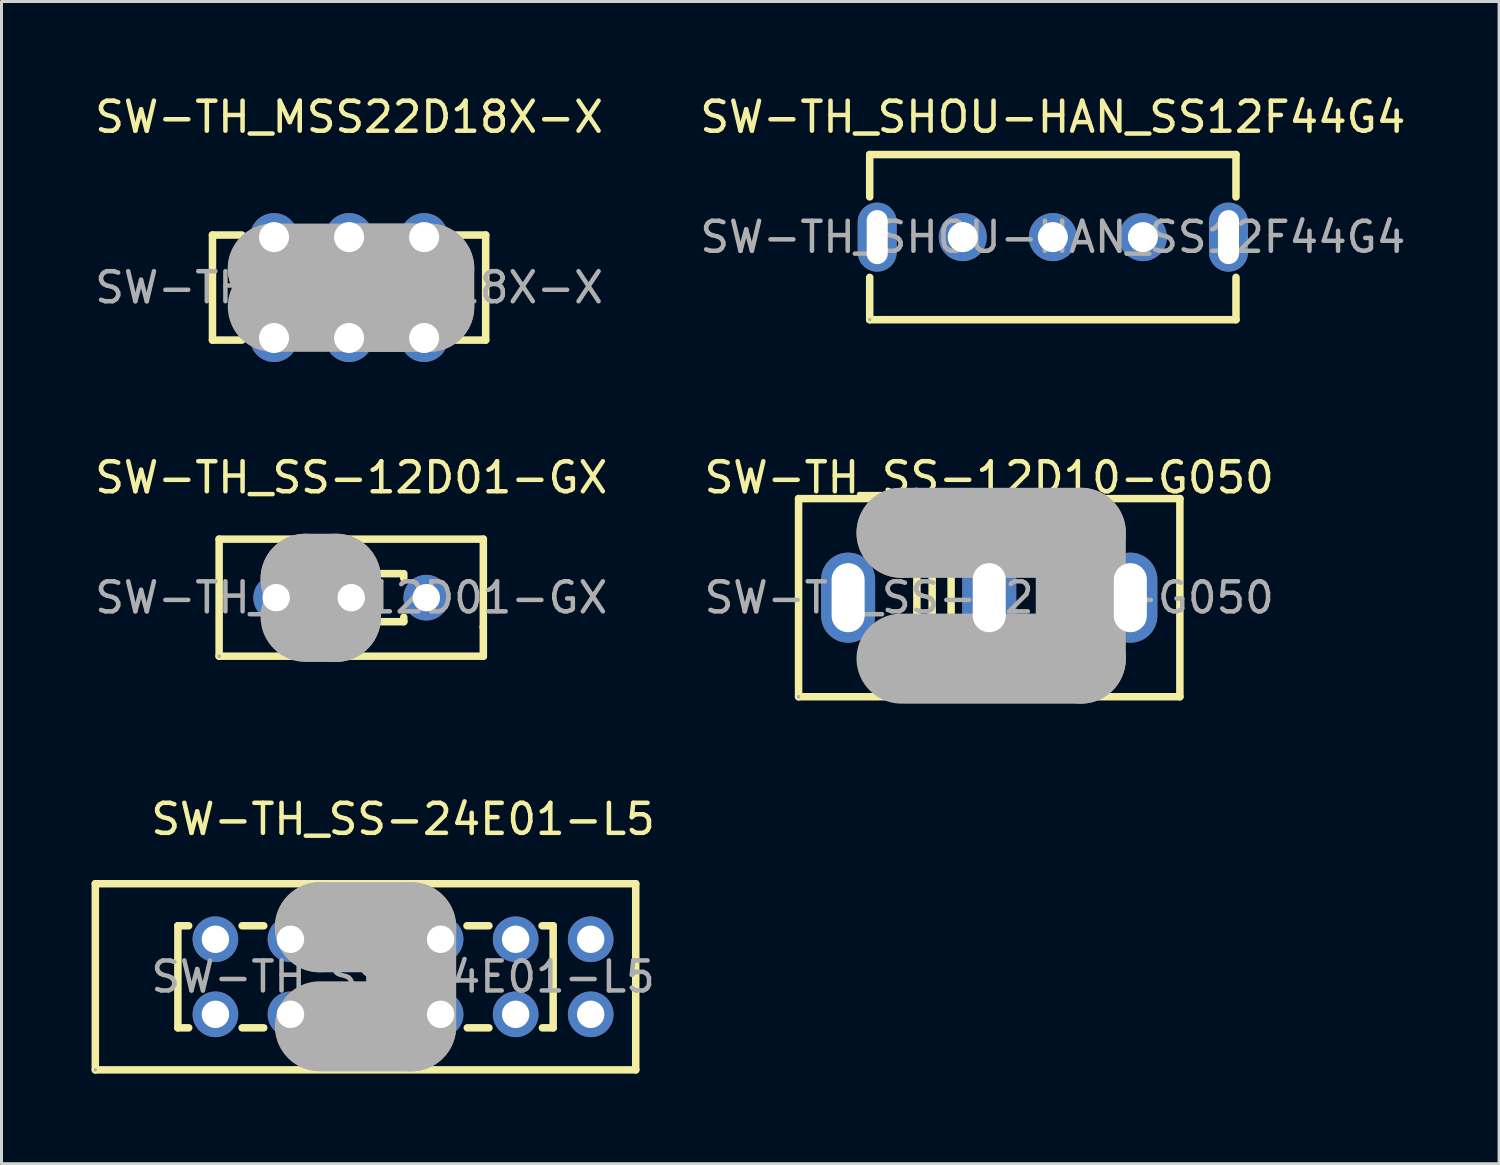
<source format=kicad_pcb>
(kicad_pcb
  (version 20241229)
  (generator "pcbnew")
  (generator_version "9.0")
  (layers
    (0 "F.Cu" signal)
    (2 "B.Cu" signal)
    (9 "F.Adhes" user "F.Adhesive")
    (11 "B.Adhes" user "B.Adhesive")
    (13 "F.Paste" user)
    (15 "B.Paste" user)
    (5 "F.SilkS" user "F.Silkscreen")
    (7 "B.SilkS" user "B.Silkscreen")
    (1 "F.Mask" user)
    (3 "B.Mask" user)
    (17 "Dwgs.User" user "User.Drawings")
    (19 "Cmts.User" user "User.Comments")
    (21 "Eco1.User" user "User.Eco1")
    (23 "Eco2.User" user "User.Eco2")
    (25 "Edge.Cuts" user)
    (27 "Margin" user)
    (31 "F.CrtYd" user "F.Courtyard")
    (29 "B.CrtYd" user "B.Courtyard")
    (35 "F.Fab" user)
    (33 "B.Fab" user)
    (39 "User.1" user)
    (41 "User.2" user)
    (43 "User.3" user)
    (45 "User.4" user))
  (footprint "SW-TH_SS-24E01-L5"
    (layer "F.Cu")
    (at 10.375 29.485)
    (property "Reference" "SW-TH_SS-24E01-L5" (at 0 -5.25 0) (layer "F.SilkS") (effects (font (size 1 1) (thickness 0.15))))
    (attr through_hole)
    (fp_line (start -10.25 -3.1) (end -10.25 3.1) (stroke (width 0.25) (type solid)) (layer "F.SilkS"))
    (fp_line (start -10.25 -3.1) (end 7.75 -3.1) (stroke (width 0.25) (type solid)) (layer "F.SilkS"))
    (fp_line (start -10.25 3.1) (end 7.75 3.1) (stroke (width 0.25) (type solid)) (layer "F.SilkS"))
    (fp_line (start -7.5 -1.7) (end -7.5 1.7) (stroke (width 0.25) (type solid)) (layer "F.SilkS"))
    (fp_line (start -7.5 -1.7) (end -7.14 -1.7) (stroke (width 0.25) (type solid)) (layer "F.SilkS"))
    (fp_line (start -7.5 1.7) (end -7.14 1.7) (stroke (width 0.25) (type solid)) (layer "F.SilkS"))
    (fp_line (start -5.36 -1.7) (end -4.64 -1.7) (stroke (width 0.25) (type solid)) (layer "F.SilkS"))
    (fp_line (start -5.36 1.7) (end -4.64 1.7) (stroke (width 0.25) (type solid)) (layer "F.SilkS"))
    (fp_line (start -2.86 -1.7) (end 0.36 -1.7) (stroke (width 0.25) (type solid)) (layer "F.SilkS"))
    (fp_line (start -2.86 1.7) (end 0.36 1.7) (stroke (width 0.25) (type solid)) (layer "F.SilkS"))
    (fp_line (start 2.13 -1.7) (end 2.86 -1.7) (stroke (width 0.25) (type solid)) (layer "F.SilkS"))
    (fp_line (start 2.14 1.7) (end 2.86 1.7) (stroke (width 0.25) (type solid)) (layer "F.SilkS"))
    (fp_line (start 4.63 -1.7) (end 5 -1.7) (stroke (width 0.25) (type solid)) (layer "F.SilkS"))
    (fp_line (start 4.64 1.7) (end 5 1.7) (stroke (width 0.25) (type solid)) (layer "F.SilkS"))
    (fp_line (start 5 -1.7) (end 5 1.7) (stroke (width 0.25) (type solid)) (layer "F.SilkS"))
    (fp_line (start 7.75 -3.1) (end 7.75 3.1) (stroke (width 0.25) (type solid)) (layer "F.SilkS"))
    (fp_line (start -2.77 -1.65) (end -2.77 -1.65) (stroke (width 3) (type solid)) (layer "F.Fab"))
    (fp_line (start -2.77 -1.65) (end 0.27 -1.65) (stroke (width 3) (type solid)) (layer "F.Fab"))
    (fp_line (start 0.27 -1.65) (end 0.27 1.65) (stroke (width 3) (type solid)) (layer "F.Fab"))
    (fp_line (start 0.27 1.65) (end -2.77 1.65) (stroke (width 3) (type solid)) (layer "F.Fab"))
    (fp_circle (center -10.25 3.1) (end -10.22 3.1) (stroke (width 0.06) (type solid)) (fill no) (layer "F.Fab"))
    (fp_text user "${REFERENCE}" (at 0 0 0) (layer "F.Fab") (effects (font (size 1 1) (thickness 0.15))))
    (pad "1" thru_hole circle (at -6.25 1.25) (size 1.52 1.52) (drill 0.914) (layers "*.Cu" "*.Mask"))
    (pad "2" thru_hole circle (at -3.75 1.25) (size 1.52 1.52) (drill 0.914) (layers "*.Cu" "*.Mask"))
    (pad "3" thru_hole circle (at 1.25 1.25) (size 1.52 1.52) (drill 0.914) (layers "*.Cu" "*.Mask"))
    (pad "4" thru_hole circle (at 3.75 1.25) (size 1.52 1.52) (drill 0.914) (layers "*.Cu" "*.Mask"))
    (pad "5" thru_hole circle (at 6.25 1.25) (size 1.52 1.52) (drill 0.914) (layers "*.Cu" "*.Mask"))
    (pad "6" thru_hole circle (at 6.25 -1.25) (size 1.52 1.52) (drill 0.914) (layers "*.Cu" "*.Mask"))
    (pad "7" thru_hole circle (at 3.75 -1.25) (size 1.52 1.52) (drill 0.914) (layers "*.Cu" "*.Mask"))
    (pad "8" thru_hole circle (at 1.25 -1.25) (size 1.52 1.52) (drill 0.914) (layers "*.Cu" "*.Mask"))
    (pad "9" thru_hole circle (at -3.75 -1.25) (size 1.52 1.52) (drill 0.914) (layers "*.Cu" "*.Mask"))
    (pad "10" thru_hole circle (at -6.25 -1.25) (size 1.52 1.52) (drill 0.914) (layers "*.Cu" "*.Mask")))
  (footprint "SW-TH_SHOU-HAN_SS12F44G4"
    (layer "F.Cu")
    (at 32.018 4.848)
    (property "Reference" "SW-TH_SHOU-HAN_SS12F44G4" (at 0 -4 0) (layer "F.SilkS") (effects (font (size 1 1) (thickness 0.15))))
    (attr through_hole)
    (fp_line (start -6.1 -2.75) (end 6.1 -2.75) (stroke (width 0.25) (type solid)) (layer "F.SilkS"))
    (fp_line (start -6.1 -1.34) (end -6.1 -2.75) (stroke (width 0.25) (type solid)) (layer "F.SilkS"))
    (fp_line (start -6.1 2.75) (end -6.1 1.34) (stroke (width 0.25) (type solid)) (layer "F.SilkS"))
    (fp_line (start 6.1 -2.75) (end 6.1 -1.34) (stroke (width 0.25) (type solid)) (layer "F.SilkS"))
    (fp_line (start 6.1 1.34) (end 6.1 2.75) (stroke (width 0.25) (type solid)) (layer "F.SilkS"))
    (fp_line (start 6.1 2.75) (end -6.1 2.75) (stroke (width 0.25) (type solid)) (layer "F.SilkS"))
    (fp_circle (center -6.1 2.75) (end -6.07 2.75) (stroke (width 0.06) (type solid)) (fill no) (layer "F.Fab"))
    (fp_text user "${REFERENCE}" (at 0 0 0) (layer "F.Fab") (effects (font (size 1 1) (thickness 0.15))))
    (pad "1" thru_hole circle (at -3 0) (size 1.6 1.6) (drill 1) (layers "*.Cu" "*.Mask"))
    (pad "2" thru_hole circle (at 0 0) (size 1.6 1.6) (drill 1) (layers "*.Cu" "*.Mask"))
    (pad "3" thru_hole circle (at 3 0) (size 1.6 1.6) (drill 1) (layers "*.Cu" "*.Mask"))
    (pad "4" thru_hole oval (at 5.85 0 180) (size 1.3 2.3) (drill oval 0.7 1.8) (layers "*.Cu" "*.Mask"))
    (pad "5" thru_hole oval (at -5.85 0 180) (size 1.3 2.3) (drill oval 0.7 1.8) (layers "*.Cu" "*.Mask")))
  (footprint "SW-TH_SS-12D01-GX"
    (layer "F.Cu")
    (at 8.649 16.857)
    (property "Reference" "SW-TH_SS-12D01-GX" (at 0 -4 0) (layer "F.SilkS") (effects (font (size 1 1) (thickness 0.15))))
    (attr through_hole)
    (fp_line (start -4.4 -1.95) (end -4.4 1.95) (stroke (width 0.25) (type solid)) (layer "F.SilkS"))
    (fp_line (start -4.4 -1.95) (end 4.4 -1.95) (stroke (width 0.25) (type solid)) (layer "F.SilkS"))
    (fp_line (start -4.4 1.95) (end 4.4 1.95) (stroke (width 0.25) (type solid)) (layer "F.SilkS"))
    (fp_line (start -1.75 -0.8) (end -1.75 -0.65) (stroke (width 0.25) (type solid)) (layer "F.SilkS"))
    (fp_line (start -1.75 -0.8) (end -0.59 -0.8) (stroke (width 0.25) (type solid)) (layer "F.SilkS"))
    (fp_line (start -1.75 0.8) (end -1.75 0.65) (stroke (width 0.25) (type solid)) (layer "F.SilkS"))
    (fp_line (start -1.75 0.8) (end -0.59 0.8) (stroke (width 0.25) (type solid)) (layer "F.SilkS"))
    (fp_line (start 0.59 -0.8) (end 1.65 -0.8) (stroke (width 0.25) (type solid)) (layer "F.SilkS"))
    (fp_line (start 0.59 0.8) (end 1.75 0.8) (stroke (width 0.25) (type solid)) (layer "F.SilkS"))
    (fp_line (start 1.75 -0.8) (end 1.75 -0.65) (stroke (width 0.25) (type solid)) (layer "F.SilkS"))
    (fp_line (start 1.75 0.65) (end 1.75 0.8) (stroke (width 0.25) (type solid)) (layer "F.SilkS"))
    (fp_line (start 4.4 -1.95) (end 4.4 0.98) (stroke (width 0.25) (type solid)) (layer "F.SilkS"))
    (fp_line (start 4.4 0.98) (end 4.4 0.98) (stroke (width 0.25) (type solid)) (layer "F.SilkS"))
    (fp_line (start 4.4 0.98) (end 4.4 1.95) (stroke (width 0.25) (type solid)) (layer "F.SilkS"))
    (fp_line (start -1.52 -0.63) (end -1.52 -0.63) (stroke (width 3) (type solid)) (layer "F.Fab"))
    (fp_line (start -1.52 -0.63) (end -0.51 -0.63) (stroke (width 3) (type solid)) (layer "F.Fab"))
    (fp_line (start -0.51 -0.63) (end -0.51 0.64) (stroke (width 3) (type solid)) (layer "F.Fab"))
    (fp_line (start -0.51 0.64) (end -1.52 0.64) (stroke (width 3) (type solid)) (layer "F.Fab"))
    (fp_circle (center -4.4 1.95) (end -4.37 1.95) (stroke (width 0.06) (type solid)) (fill no) (layer "F.Fab"))
    (fp_text user "${REFERENCE}" (at 0 0 0) (layer "F.Fab") (effects (font (size 1 1) (thickness 0.15))))
    (pad "1" thru_hole circle (at -2.5 0) (size 1.52 1.52) (drill 0.914) (layers "*.Cu" "*.Mask"))
    (pad "2" thru_hole circle (at 0 0) (size 1.52 1.52) (drill 0.914) (layers "*.Cu" "*.Mask"))
    (pad "3" thru_hole circle (at 2.5 0) (size 1.52 1.52) (drill 0.914) (layers "*.Cu" "*.Mask")))
  (footprint "SW-TH_MSS22D18X-X"
    (layer "F.Cu")
    (at 8.577 6.528)
    (property "Reference" "SW-TH_MSS22D18X-X" (at 0 -5.68 0) (layer "F.SilkS") (effects (font (size 1 1) (thickness 0.15))))
    (attr through_hole)
    (fp_line (start -4.55 -1.75) (end -4.55 1.75) (stroke (width 0.25) (type solid)) (layer "F.SilkS"))
    (fp_line (start -4.55 -1.75) (end -3.57 -1.75) (stroke (width 0.25) (type solid)) (layer "F.SilkS"))
    (fp_line (start -4.55 1.75) (end -3.57 1.75) (stroke (width 0.25) (type solid)) (layer "F.SilkS"))
    (fp_line (start -1.51 -1.75) (end -1.03 -1.75) (stroke (width 0.25) (type solid)) (layer "F.SilkS"))
    (fp_line (start -1.51 1.75) (end -1.03 1.75) (stroke (width 0.25) (type solid)) (layer "F.SilkS"))
    (fp_line (start 1.03 -1.75) (end 1.51 -1.75) (stroke (width 0.25) (type solid)) (layer "F.SilkS"))
    (fp_line (start 1.03 1.75) (end 1.51 1.75) (stroke (width 0.25) (type solid)) (layer "F.SilkS"))
    (fp_line (start 3.57 -1.75) (end 4.55 -1.75) (stroke (width 0.25) (type solid)) (layer "F.SilkS"))
    (fp_line (start 3.57 1.75) (end 4.55 1.75) (stroke (width 0.25) (type solid)) (layer "F.SilkS"))
    (fp_line (start 4.55 -1.75) (end 4.55 1.75) (stroke (width 0.25) (type solid)) (layer "F.SilkS"))
    (fp_line (start -2.54 -0.63) (end -2.54 -0.63) (stroke (width 3) (type solid)) (layer "F.Fab"))
    (fp_line (start -2.54 -0.63) (end 2.67 -0.63) (stroke (width 3) (type solid)) (layer "F.Fab"))
    (fp_line (start 0.38 -0.63) (end 0.38 -0.63) (stroke (width 3) (type solid)) (layer "F.Fab"))
    (fp_line (start 0.38 -0.63) (end 2.03 -0.63) (stroke (width 3) (type solid)) (layer "F.Fab"))
    (fp_line (start 2.03 -0.63) (end 2.03 0.64) (stroke (width 3) (type solid)) (layer "F.Fab"))
    (fp_line (start 2.03 0.64) (end 0.38 0.64) (stroke (width 3) (type solid)) (layer "F.Fab"))
    (fp_line (start 2.67 -0.63) (end 2.67 0.64) (stroke (width 3) (type solid)) (layer "F.Fab"))
    (fp_line (start 2.67 0.64) (end -2.54 0.64) (stroke (width 3) (type solid)) (layer "F.Fab"))
    (fp_text user "${REFERENCE}" (at 0 0 0) (layer "F.Fab") (effects (font (size 1 1) (thickness 0.15))))
    (pad "1" thru_hole circle (at -2.5 -1.68) (size 1.6 1.6) (drill 1) (layers "*.Cu" "*.Mask"))
    (pad "2" thru_hole circle (at 0 -1.68) (size 1.6 1.6) (drill 1) (layers "*.Cu" "*.Mask"))
    (pad "3" thru_hole circle (at 2.5 -1.68) (size 1.6 1.6) (drill 1) (layers "*.Cu" "*.Mask"))
    (pad "4" thru_hole circle (at -2.5 1.68) (size 1.6 1.6) (drill 1) (layers "*.Cu" "*.Mask"))
    (pad "5" thru_hole circle (at 0 1.68) (size 1.6 1.6) (drill 1) (layers "*.Cu" "*.Mask"))
    (pad "6" thru_hole circle (at 2.5 1.68) (size 1.6 1.6) (drill 1) (layers "*.Cu" "*.Mask")))
  (footprint "SW-TH_SS-12D10-G050"
    (layer "F.Cu")
    (at 29.899 16.857)
    (property "Reference" "SW-TH_SS-12D10-G050" (at 0 -4 0) (layer "F.SilkS") (effects (font (size 1 1) (thickness 0.15))))
    (attr through_hole)
    (fp_line (start -6.35 -3.3) (end 6.35 -3.3) (stroke (width 0.25) (type solid)) (layer "F.SilkS"))
    (fp_line (start -6.35 3.3) (end -6.35 -3.3) (stroke (width 0.25) (type solid)) (layer "F.SilkS"))
    (fp_line (start -6.35 3.3) (end 6.35 3.3) (stroke (width 0.25) (type solid)) (layer "F.SilkS"))
    (fp_line (start -2.41 -2.16) (end -2.41 1.9) (stroke (width 0.25) (type solid)) (layer "F.SilkS"))
    (fp_line (start -2.29 -2.16) (end -2.41 -2.16) (stroke (width 0.25) (type solid)) (layer "F.SilkS"))
    (fp_line (start -1.9 -2.16) (end -1.9 2.03) (stroke (width 0.25) (type solid)) (layer "F.SilkS"))
    (fp_line (start -1.4 -2.16) (end -1.27 -2.16) (stroke (width 0.25) (type solid)) (layer "F.SilkS"))
    (fp_line (start -1.27 -2.16) (end -1.27 2.03) (stroke (width 0.25) (type solid)) (layer "F.SilkS"))
    (fp_line (start -0.76 -2.16) (end -0.63 -2.16) (stroke (width 0.25) (type solid)) (layer "F.SilkS"))
    (fp_line (start -0.63 -2.16) (end -0.63 -1.44) (stroke (width 0.25) (type solid)) (layer "F.SilkS"))
    (fp_line (start -0.63 1.44) (end -0.63 2.16) (stroke (width 0.25) (type solid)) (layer "F.SilkS"))
    (fp_line (start 6.35 3.3) (end 6.35 -3.3) (stroke (width 0.25) (type solid)) (layer "F.SilkS"))
    (fp_line (start -2.92 -2.16) (end -2.92 -2.16) (stroke (width 3) (type solid)) (layer "F.Fab"))
    (fp_line (start -2.92 -2.16) (end 3.05 -2.16) (stroke (width 3) (type solid)) (layer "F.Fab"))
    (fp_line (start 3.05 -2.16) (end 3.05 2.03) (stroke (width 3) (type solid)) (layer "F.Fab"))
    (fp_line (start 3.05 2.03) (end -2.92 2.03) (stroke (width 3) (type solid)) (layer "F.Fab"))
    (fp_circle (center -6.35 3.3) (end -6.32 3.3) (stroke (width 0.06) (type solid)) (fill no) (layer "F.Fab"))
    (fp_text user "${REFERENCE}" (at 0 0 0) (layer "F.Fab") (effects (font (size 1 1) (thickness 0.15))))
    (pad "1" thru_hole oval (at -4.7 0) (size 1.8 3) (drill oval 1.1 2.3) (layers "*.Cu" "*.Mask"))
    (pad "2" thru_hole oval (at 0 0) (size 1.8 3) (drill oval 1.1 2.3) (layers "*.Cu" "*.Mask"))
    (pad "3" thru_hole oval (at 4.7 0) (size 1.8 3) (drill oval 1.1 2.3) (layers "*.Cu" "*.Mask")))
  (gr_rect
    (start -3 -3)
    (end 46.881 35.71)
    (stroke (width 0.1) (type default))
    (fill no)
    (layer "Edge.Cuts")))
</source>
